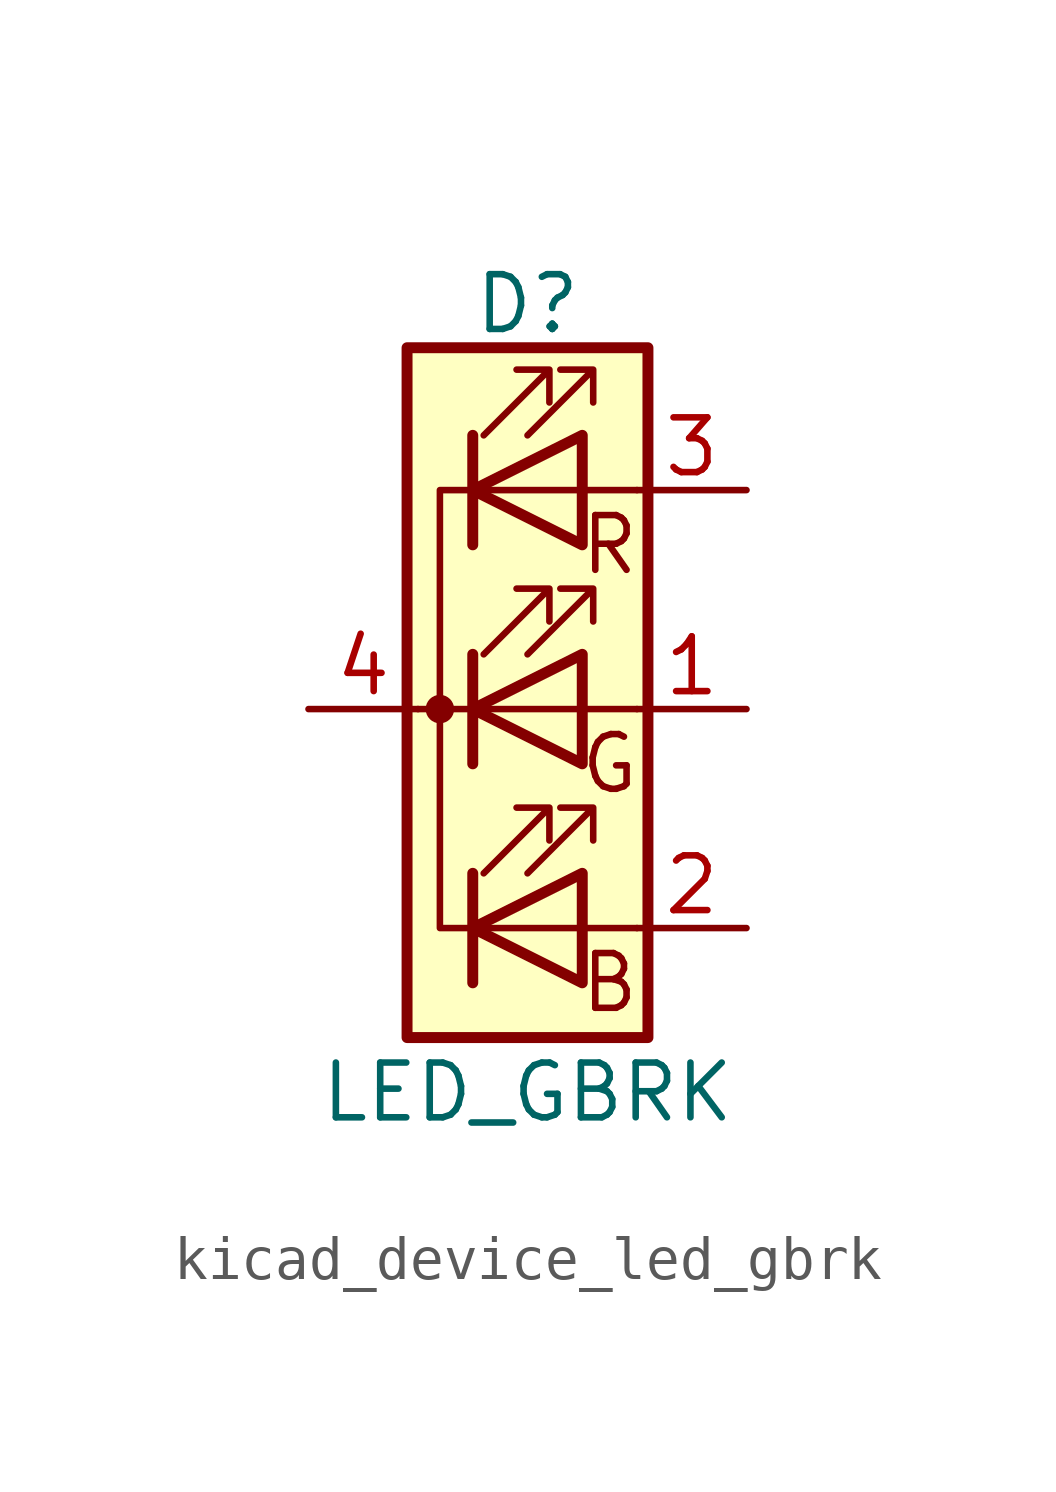
<source format=kicad_sym>
(kicad_symbol_lib
  (version 20220914)
  (generator kicad_symbol_editor)
  (symbol "kicad_device_led_gbrk"
    (pin_names
      (offset 0) hide)
    (property "Reference" "D"
      (at 0 9.398 0)
      (effects (font (size 1.27 1.27))))
    (property "Value" "LED_GBRK"
      (at 0 -8.89 0)
      (effects (font (size 1.27 1.27))))
    (symbol "kicad_device_led_gbrk_0_0"
      (text "B" (at 1.905 -6.35 0) (effects (font (size 1.27 1.27))))
      (text "G" (at 1.905 -1.27 0) (effects (font (size 1.27 1.27))))
      (text "R" (at 1.905 3.81 0) (effects (font (size 1.27 1.27)))))
    (symbol "kicad_device_led_gbrk_0_1"
      (circle (center -2.032 0) (radius 0.254) (stroke (width 0) (type default)) (fill (type outline)))
      (polyline (pts (xy -1.27 -5.08) (xy 1.27 -5.08)) (stroke (width 0) (type default)) (fill (type none)))
      (polyline (pts (xy -1.27 -3.81) (xy -1.27 -6.35)) (stroke (width 0.254) (type default)) (fill (type none)))
      (polyline (pts (xy -1.27 0) (xy -2.54 0)) (stroke (width 0) (type default)) (fill (type none)))
      (polyline (pts (xy -1.27 1.27) (xy -1.27 -1.27)) (stroke (width 0.254) (type default)) (fill (type none)))
      (polyline (pts (xy -1.27 5.08) (xy 1.27 5.08)) (stroke (width 0) (type default)) (fill (type none)))
      (polyline (pts (xy -1.27 6.35) (xy -1.27 3.81)) (stroke (width 0.254) (type default)) (fill (type none)))
      (polyline (pts (xy 1.27 -5.08) (xy 2.54 -5.08)) (stroke (width 0) (type default)) (fill (type none)))
      (polyline (pts (xy 1.27 0) (xy -1.27 0)) (stroke (width 0) (type default)) (fill (type none)))
      (polyline (pts (xy 1.27 0) (xy 2.54 0)) (stroke (width 0) (type default)) (fill (type none)))
      (polyline (pts (xy 1.27 5.08) (xy 2.54 5.08)) (stroke (width 0) (type default)) (fill (type none)))
      (polyline (pts (xy -1.27 1.27) (xy -1.27 -1.27) (xy -1.27 -1.27)) (stroke (width 0) (type default)) (fill (type none)))
      (polyline (pts (xy -1.27 6.35) (xy -1.27 3.81) (xy -1.27 3.81)) (stroke (width 0) (type default)) (fill (type none)))
      (polyline (pts (xy -1.27 5.08) (xy -2.032 5.08) (xy -2.032 -5.08) (xy -1.016 -5.08)) (stroke (width 0) (type default)) (fill (type none)))
      (polyline (pts (xy 1.27 -3.81) (xy 1.27 -6.35) (xy -1.27 -5.08) (xy 1.27 -3.81)) (stroke (width 0.254) (type default)) (fill (type none)))
      (polyline (pts (xy 1.27 1.27) (xy 1.27 -1.27) (xy -1.27 0) (xy 1.27 1.27)) (stroke (width 0.254) (type default)) (fill (type none)))
      (polyline (pts (xy 1.27 6.35) (xy 1.27 3.81) (xy -1.27 5.08) (xy 1.27 6.35)) (stroke (width 0.254) (type default)) (fill (type none)))
      (polyline (pts (xy -1.016 -3.81) (xy 0.508 -2.286) (xy -0.254 -2.286) (xy 0.508 -2.286) (xy 0.508 -3.048)) (stroke (width 0) (type default)) (fill (type none)))
      (polyline (pts (xy -1.016 1.27) (xy 0.508 2.794) (xy -0.254 2.794) (xy 0.508 2.794) (xy 0.508 2.032)) (stroke (width 0) (type default)) (fill (type none)))
      (polyline (pts (xy -1.016 6.35) (xy 0.508 7.874) (xy -0.254 7.874) (xy 0.508 7.874) (xy 0.508 7.112)) (stroke (width 0) (type default)) (fill (type none)))
      (polyline (pts (xy 0 -3.81) (xy 1.524 -2.286) (xy 0.762 -2.286) (xy 1.524 -2.286) (xy 1.524 -3.048)) (stroke (width 0) (type default)) (fill (type none)))
      (polyline (pts (xy 0 1.27) (xy 1.524 2.794) (xy 0.762 2.794) (xy 1.524 2.794) (xy 1.524 2.032)) (stroke (width 0) (type default)) (fill (type none)))
      (polyline (pts (xy 0 6.35) (xy 1.524 7.874) (xy 0.762 7.874) (xy 1.524 7.874) (xy 1.524 7.112)) (stroke (width 0) (type default)) (fill (type none)))
      (rectangle (start 1.27 -1.27) (end 1.27 1.27) (stroke (width 0) (type default)) (fill (type none)))
      (rectangle (start 1.27 1.27) (end 1.27 1.27) (stroke (width 0) (type default)) (fill (type none)))
      (rectangle (start 1.27 3.81) (end 1.27 6.35) (stroke (width 0) (type default)) (fill (type none)))
      (rectangle (start 1.27 6.35) (end 1.27 6.35) (stroke (width 0) (type default)) (fill (type none)))
      (rectangle (start 2.794 8.382) (end -2.794 -7.62) (stroke (width 0.254) (type default)) (fill (type background))))
    (symbol "kicad_device_led_gbrk_1_1"
      (pin passive line (at 5.08 0 180) (length 2.54) (name "GA" (effects (font (size 1.27 1.27)))) (number "1" (effects (font (size 1.27 1.27)))))
      (pin passive line (at 5.08 -5.08 180) (length 2.54) (name "BA" (effects (font (size 1.27 1.27)))) (number "2" (effects (font (size 1.27 1.27)))))
      (pin passive line (at 5.08 5.08 180) (length 2.54) (name "RA" (effects (font (size 1.27 1.27)))) (number "3" (effects (font (size 1.27 1.27)))))
      (pin passive line (at -5.08 0 0) (length 2.54) (name "K" (effects (font (size 1.27 1.27)))) (number "4" (effects (font (size 1.27 1.27))))))))
</source>
